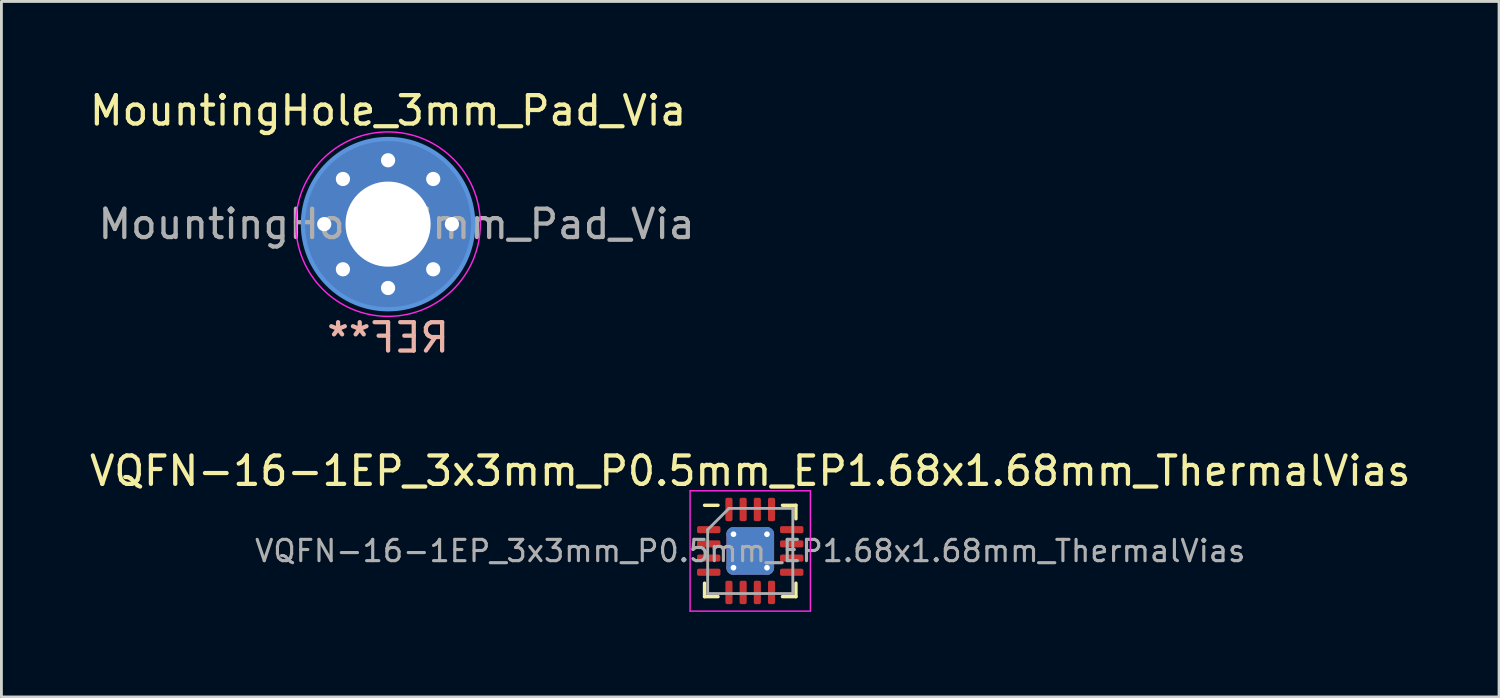
<source format=kicad_pcb>
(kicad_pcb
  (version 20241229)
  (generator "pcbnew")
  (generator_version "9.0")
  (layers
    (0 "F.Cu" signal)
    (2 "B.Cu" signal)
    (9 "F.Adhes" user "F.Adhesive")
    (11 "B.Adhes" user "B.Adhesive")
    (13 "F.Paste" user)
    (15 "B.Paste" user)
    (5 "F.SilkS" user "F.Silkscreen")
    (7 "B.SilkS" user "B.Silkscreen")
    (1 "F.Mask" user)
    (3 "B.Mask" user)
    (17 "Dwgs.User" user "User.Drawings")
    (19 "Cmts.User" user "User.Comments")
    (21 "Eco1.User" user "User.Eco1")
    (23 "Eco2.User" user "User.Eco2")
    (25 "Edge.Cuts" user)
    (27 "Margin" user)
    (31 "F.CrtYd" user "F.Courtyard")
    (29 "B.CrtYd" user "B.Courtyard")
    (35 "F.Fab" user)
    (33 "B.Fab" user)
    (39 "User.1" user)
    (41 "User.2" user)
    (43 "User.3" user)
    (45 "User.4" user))
  (footprint "VQFN-16-1EP_3x3mm_P0.5mm_EP1.68x1.68mm_ThermalVias"
    (layer "F.Cu")
    (at 23.387 16.365)
    (property "Reference" "VQFN-16-1EP_3x3mm_P0.5mm_EP1.68x1.68mm_ThermalVias" (at 0 -2.82 0) (layer "F.SilkS") (effects (font (size 1 1) (thickness 0.15))))
    (attr smd)
    (fp_line (start -1.61 1.61) (end -1.61 1.135) (stroke (width 0.12) (type solid)) (layer "F.SilkS"))
    (fp_line (start -1.135 -1.61) (end -1.61 -1.61) (stroke (width 0.12) (type solid)) (layer "F.SilkS"))
    (fp_line (start -1.135 1.61) (end -1.61 1.61) (stroke (width 0.12) (type solid)) (layer "F.SilkS"))
    (fp_line (start 1.135 -1.61) (end 1.61 -1.61) (stroke (width 0.12) (type solid)) (layer "F.SilkS"))
    (fp_line (start 1.135 1.61) (end 1.61 1.61) (stroke (width 0.12) (type solid)) (layer "F.SilkS"))
    (fp_line (start 1.61 -1.61) (end 1.61 -1.135) (stroke (width 0.12) (type solid)) (layer "F.SilkS"))
    (fp_line (start 1.61 1.61) (end 1.61 1.135) (stroke (width 0.12) (type solid)) (layer "F.SilkS"))
    (fp_line (start -2.12 -2.12) (end -2.12 2.12) (stroke (width 0.05) (type solid)) (layer "F.CrtYd"))
    (fp_line (start -2.12 2.12) (end 2.12 2.12) (stroke (width 0.05) (type solid)) (layer "F.CrtYd"))
    (fp_line (start 2.12 -2.12) (end -2.12 -2.12) (stroke (width 0.05) (type solid)) (layer "F.CrtYd"))
    (fp_line (start 2.12 2.12) (end 2.12 -2.12) (stroke (width 0.05) (type solid)) (layer "F.CrtYd"))
    (fp_line (start -1.5 -0.75) (end -0.75 -1.5) (stroke (width 0.1) (type solid)) (layer "F.Fab"))
    (fp_line (start -1.5 1.5) (end -1.5 -0.75) (stroke (width 0.1) (type solid)) (layer "F.Fab"))
    (fp_line (start -0.75 -1.5) (end 1.5 -1.5) (stroke (width 0.1) (type solid)) (layer "F.Fab"))
    (fp_line (start 1.5 -1.5) (end 1.5 1.5) (stroke (width 0.1) (type solid)) (layer "F.Fab"))
    (fp_line (start 1.5 1.5) (end -1.5 1.5) (stroke (width 0.1) (type solid)) (layer "F.Fab"))
    (fp_text user "${REFERENCE}" (at 0 0 0) (layer "F.Fab") (effects (font (size 0.75 0.75) (thickness 0.11))))
    (pad "" smd roundrect (at -0.42 -0.42) (size 0.73 0.73) (layers "F.Paste") (roundrect_rratio 0.25))
    (pad "" smd roundrect (at -0.42 0.42) (size 0.73 0.73) (layers "F.Paste") (roundrect_rratio 0.25))
    (pad "" smd roundrect (at 0.42 -0.42) (size 0.73 0.73) (layers "F.Paste") (roundrect_rratio 0.25))
    (pad "" smd roundrect (at 0.42 0.42) (size 0.73 0.73) (layers "F.Paste") (roundrect_rratio 0.25))
    (pad "1" smd roundrect (at -1.462 -0.75) (size 0.825 0.25) (layers "F.Cu" "F.Mask" "F.Paste") (roundrect_rratio 0.25))
    (pad "2" smd roundrect (at -1.462 -0.25) (size 0.825 0.25) (layers "F.Cu" "F.Mask" "F.Paste") (roundrect_rratio 0.25))
    (pad "3" smd roundrect (at -1.462 0.25) (size 0.825 0.25) (layers "F.Cu" "F.Mask" "F.Paste") (roundrect_rratio 0.25))
    (pad "4" smd roundrect (at -1.462 0.75) (size 0.825 0.25) (layers "F.Cu" "F.Mask" "F.Paste") (roundrect_rratio 0.25))
    (pad "5" smd roundrect (at -0.75 1.462) (size 0.25 0.825) (layers "F.Cu" "F.Mask" "F.Paste") (roundrect_rratio 0.25))
    (pad "6" smd roundrect (at -0.25 1.462) (size 0.25 0.825) (layers "F.Cu" "F.Mask" "F.Paste") (roundrect_rratio 0.25))
    (pad "7" smd roundrect (at 0.25 1.462) (size 0.25 0.825) (layers "F.Cu" "F.Mask" "F.Paste") (roundrect_rratio 0.25))
    (pad "8" smd roundrect (at 0.75 1.462) (size 0.25 0.825) (layers "F.Cu" "F.Mask" "F.Paste") (roundrect_rratio 0.25))
    (pad "9" smd roundrect (at 1.462 0.75) (size 0.825 0.25) (layers "F.Cu" "F.Mask" "F.Paste") (roundrect_rratio 0.25))
    (pad "10" smd roundrect (at 1.462 0.25) (size 0.825 0.25) (layers "F.Cu" "F.Mask" "F.Paste") (roundrect_rratio 0.25))
    (pad "11" smd roundrect (at 1.462 -0.25) (size 0.825 0.25) (layers "F.Cu" "F.Mask" "F.Paste") (roundrect_rratio 0.25))
    (pad "12" smd roundrect (at 1.462 -0.75) (size 0.825 0.25) (layers "F.Cu" "F.Mask" "F.Paste") (roundrect_rratio 0.25))
    (pad "13" smd roundrect (at 0.75 -1.462) (size 0.25 0.825) (layers "F.Cu" "F.Mask" "F.Paste") (roundrect_rratio 0.25))
    (pad "14" smd roundrect (at 0.25 -1.462) (size 0.25 0.825) (layers "F.Cu" "F.Mask" "F.Paste") (roundrect_rratio 0.25))
    (pad "15" smd roundrect (at -0.25 -1.462) (size 0.25 0.825) (layers "F.Cu" "F.Mask" "F.Paste") (roundrect_rratio 0.25))
    (pad "16" smd roundrect (at -0.75 -1.462) (size 0.25 0.825) (layers "F.Cu" "F.Mask" "F.Paste") (roundrect_rratio 0.25))
    (pad "17" thru_hole circle (at -0.59 -0.59) (size 0.5 0.5) (drill 0.2) (layers "*.Cu"))
    (pad "17" thru_hole circle (at -0.59 0.59) (size 0.5 0.5) (drill 0.2) (layers "*.Cu"))
    (pad "17" smd roundrect (at 0 0) (size 1.68 1.68) (layers "F.Cu" "F.Mask") (roundrect_rratio 0.149))
    (pad "17" smd roundrect (at 0 0) (size 1.68 1.68) (layers "B.Cu") (roundrect_rratio 0.149))
    (pad "17" thru_hole circle (at 0.59 -0.59) (size 0.5 0.5) (drill 0.2) (layers "*.Cu"))
    (pad "17" thru_hole circle (at 0.59 0.59) (size 0.5 0.5) (drill 0.2) (layers "*.Cu")))
  (footprint "MountingHole_3mm_Pad_Via"
    (layer "F.Cu")
    (at 10.625 4.848)
    (property "Reference" "MountingHole_3mm_Pad_Via" (at 0 -4 0) (layer "F.SilkS") (effects (font (size 1 1) (thickness 0.15))))
    (attr exclude_from_pos_files exclude_from_bom)
    (fp_circle (center 0 0) (end 3 0) (stroke (width 0.15) (type solid)) (fill no) (layer "Cmts.User"))
    (fp_circle (center 0 0) (end 3.25 0) (stroke (width 0.05) (type solid)) (fill no) (layer "F.CrtYd"))
    (fp_text user "REF**" (at 0 4 0) (layer "B.SilkS") (effects (font (size 1 1) (thickness 0.15)) (justify mirror)))
    (fp_text user "${REFERENCE}" (at 0.3 0 0) (layer "F.Fab") (effects (font (size 1 1) (thickness 0.15))))
    (pad "1" thru_hole circle (at -2.25 0) (size 0.8 0.8) (drill 0.5) (layers "*.Cu" "*.Mask"))
    (pad "1" thru_hole circle (at -1.591 -1.591) (size 0.8 0.8) (drill 0.5) (layers "*.Cu" "*.Mask"))
    (pad "1" thru_hole circle (at -1.591 1.591) (size 0.8 0.8) (drill 0.5) (layers "*.Cu" "*.Mask"))
    (pad "1" thru_hole circle (at 0 -2.25) (size 0.8 0.8) (drill 0.5) (layers "*.Cu" "*.Mask"))
    (pad "1" thru_hole circle (at 0 0) (size 6 6) (drill 3) (layers "*.Cu" "*.Mask"))
    (pad "1" thru_hole circle (at 0 2.25) (size 0.8 0.8) (drill 0.5) (layers "*.Cu" "*.Mask"))
    (pad "1" thru_hole circle (at 1.591 -1.591) (size 0.8 0.8) (drill 0.5) (layers "*.Cu" "*.Mask"))
    (pad "1" thru_hole circle (at 1.591 1.591) (size 0.8 0.8) (drill 0.5) (layers "*.Cu" "*.Mask"))
    (pad "1" thru_hole circle (at 2.25 0) (size 0.8 0.8) (drill 0.5) (layers "*.Cu" "*.Mask")))
  (gr_rect
    (start -3 -3)
    (end 49.774 21.51)
    (stroke (width 0.1) (type default))
    (fill no)
    (layer "Edge.Cuts")))
</source>
